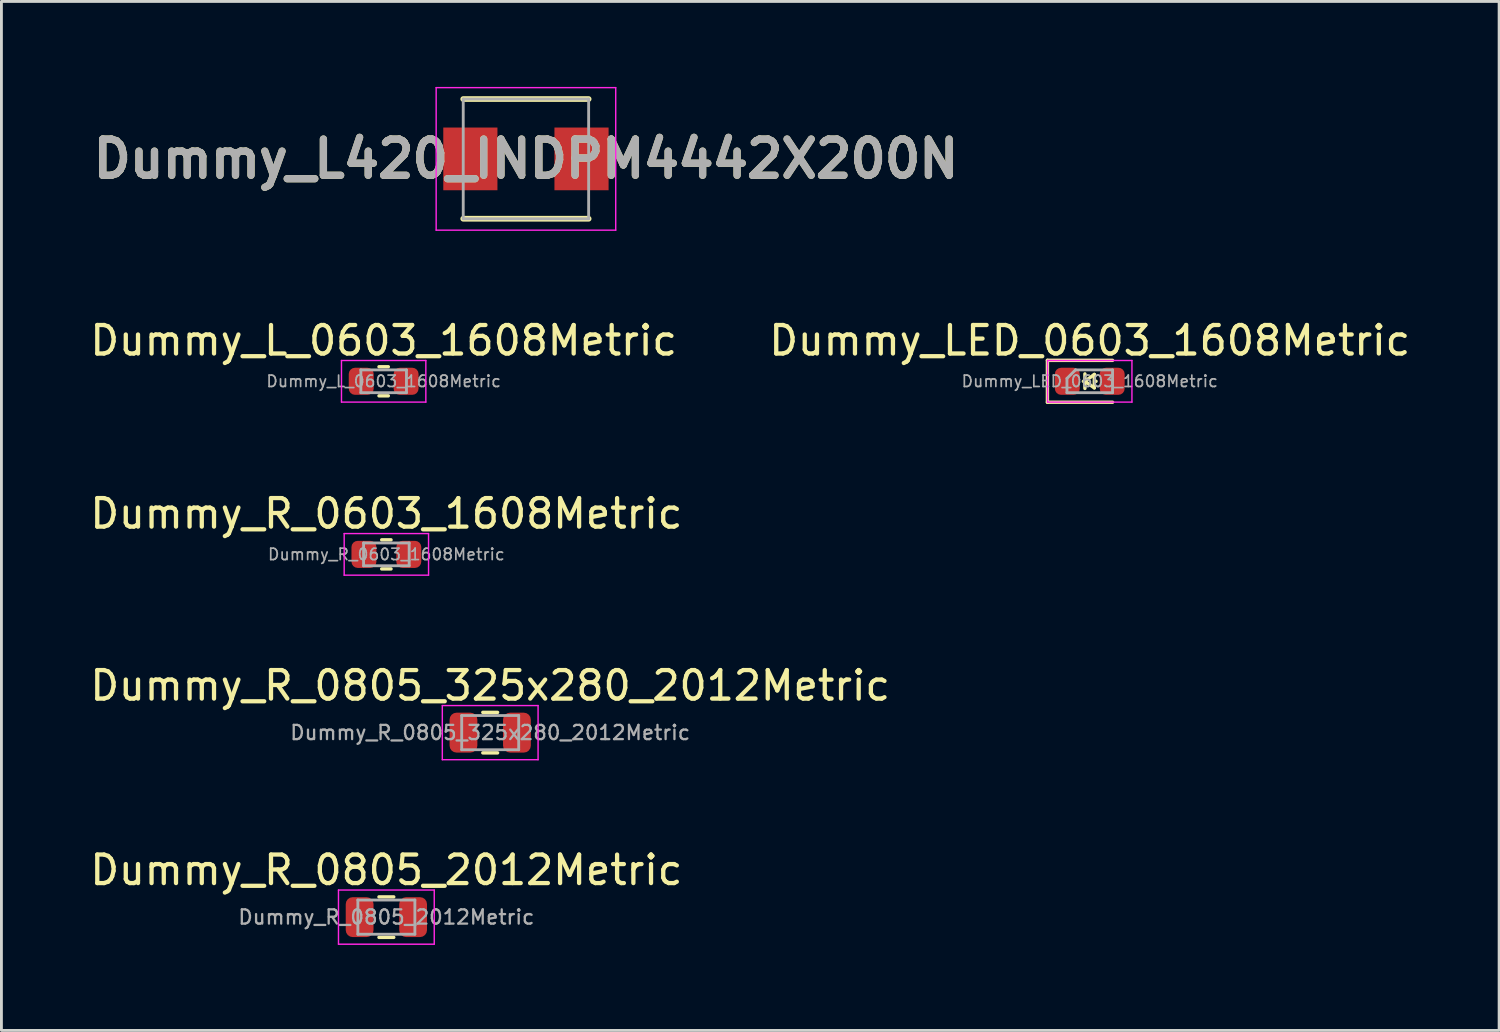
<source format=kicad_pcb>
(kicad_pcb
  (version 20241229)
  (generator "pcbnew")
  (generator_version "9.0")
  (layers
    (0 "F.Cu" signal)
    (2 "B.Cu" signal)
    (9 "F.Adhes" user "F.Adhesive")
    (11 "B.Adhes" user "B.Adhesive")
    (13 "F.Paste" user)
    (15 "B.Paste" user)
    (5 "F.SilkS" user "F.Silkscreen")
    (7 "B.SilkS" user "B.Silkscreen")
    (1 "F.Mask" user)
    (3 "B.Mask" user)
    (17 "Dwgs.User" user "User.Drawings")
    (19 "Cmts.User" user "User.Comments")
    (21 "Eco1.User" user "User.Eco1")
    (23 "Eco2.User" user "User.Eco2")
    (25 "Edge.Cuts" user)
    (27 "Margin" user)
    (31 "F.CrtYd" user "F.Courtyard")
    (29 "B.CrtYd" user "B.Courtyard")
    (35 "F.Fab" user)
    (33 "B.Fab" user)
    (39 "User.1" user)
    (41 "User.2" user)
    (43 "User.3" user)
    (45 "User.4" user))
  (footprint "Dummy_LED_0603_1608Metric"
    (layer "F.Cu")
    (at 35.185 10.328)
    (property "Reference" "Dummy_LED_0603_1608Metric" (at 0 -1.43 0) (layer "F.SilkS") (effects (font (size 1 1) (thickness 0.15))))
    (attr smd)
    (fp_line (start -1.485 -0.735) (end -1.485 0.735) (stroke (width 0.12) (type solid)) (layer "F.SilkS"))
    (fp_line (start -1.485 0.735) (end 0.8 0.735) (stroke (width 0.12) (type solid)) (layer "F.SilkS"))
    (fp_line (start -0.224 0) (end -0.14 0) (stroke (width 0.12) (type solid)) (layer "F.SilkS"))
    (fp_line (start -0.17 -0.26) (end -0.17 0.25) (stroke (width 0.12) (type solid)) (layer "F.SilkS"))
    (fp_line (start -0.17 0) (end 0.16 -0.24) (stroke (width 0.12) (type solid)) (layer "F.SilkS"))
    (fp_line (start 0.16 -0.24) (end 0.16 0.23) (stroke (width 0.12) (type solid)) (layer "F.SilkS"))
    (fp_line (start 0.16 0.23) (end -0.17 0) (stroke (width 0.12) (type solid)) (layer "F.SilkS"))
    (fp_line (start 0.17 0) (end 0.22 0) (stroke (width 0.12) (type solid)) (layer "F.SilkS"))
    (fp_line (start 0.8 -0.735) (end -1.485 -0.735) (stroke (width 0.12) (type solid)) (layer "F.SilkS"))
    (fp_poly (pts (xy 1.2 0.45) (xy -1.2 0.45) (xy -1.2 -0.45) (xy 1.2 -0.45)) (stroke (width 0.1) (type solid)) (fill yes) (layer "F.Paste"))
    (fp_line (start -1.48 -0.73) (end 1.48 -0.73) (stroke (width 0.05) (type solid)) (layer "F.CrtYd"))
    (fp_line (start -1.48 0.73) (end -1.48 -0.73) (stroke (width 0.05) (type solid)) (layer "F.CrtYd"))
    (fp_line (start 1.48 -0.73) (end 1.48 0.73) (stroke (width 0.05) (type solid)) (layer "F.CrtYd"))
    (fp_line (start 1.48 0.73) (end -1.48 0.73) (stroke (width 0.05) (type solid)) (layer "F.CrtYd"))
    (fp_line (start -0.8 -0.1) (end -0.8 0.4) (stroke (width 0.1) (type solid)) (layer "F.Fab"))
    (fp_line (start -0.8 0.4) (end 0.8 0.4) (stroke (width 0.1) (type solid)) (layer "F.Fab"))
    (fp_line (start -0.5 -0.4) (end -0.8 -0.1) (stroke (width 0.1) (type solid)) (layer "F.Fab"))
    (fp_line (start 0.8 -0.4) (end -0.5 -0.4) (stroke (width 0.1) (type solid)) (layer "F.Fab"))
    (fp_line (start 0.8 0.4) (end 0.8 -0.4) (stroke (width 0.1) (type solid)) (layer "F.Fab"))
    (fp_text user "${REFERENCE}" (at 0 0 0) (layer "F.Fab") (effects (font (size 0.4 0.4) (thickness 0.06))))
    (pad "1" smd roundrect (at -0.787 0) (size 0.875 0.95) (layers "F.Cu" "F.Mask" "F.Paste") (roundrect_rratio 0.25))
    (pad "2" smd roundrect (at 0.787 0) (size 0.875 0.95) (layers "F.Cu" "F.Mask" "F.Paste") (roundrect_rratio 0.25)))
  (footprint "Dummy_R_0805_325x280_2012Metric"
    (layer "F.Cu")
    (at 14.149 22.655)
    (property "Reference" "Dummy_R_0805_325x280_2012Metric" (at 0 -1.65 0) (layer "F.SilkS") (effects (font (size 1 1) (thickness 0.15))))
    (attr smd)
    (fp_line (start -0.259 -0.71) (end 0.259 -0.71) (stroke (width 0.12) (type solid)) (layer "F.SilkS"))
    (fp_line (start -0.259 0.71) (end 0.259 0.71) (stroke (width 0.12) (type solid)) (layer "F.SilkS"))
    (fp_poly (pts (xy 1.4 0.7) (xy -1.4 0.7) (xy -1.4 -0.7) (xy 1.4 -0.7)) (stroke (width 0.1) (type solid)) (fill yes) (layer "F.Paste"))
    (fp_line (start -1.68 -0.95) (end 1.68 -0.95) (stroke (width 0.05) (type solid)) (layer "F.CrtYd"))
    (fp_line (start -1.68 0.95) (end -1.68 -0.95) (stroke (width 0.05) (type solid)) (layer "F.CrtYd"))
    (fp_line (start 1.68 -0.95) (end 1.68 0.95) (stroke (width 0.05) (type solid)) (layer "F.CrtYd"))
    (fp_line (start 1.68 0.95) (end -1.68 0.95) (stroke (width 0.05) (type solid)) (layer "F.CrtYd"))
    (fp_line (start -1 -0.6) (end 1 -0.6) (stroke (width 0.1) (type solid)) (layer "F.Fab"))
    (fp_line (start -1 0.6) (end -1 -0.6) (stroke (width 0.1) (type solid)) (layer "F.Fab"))
    (fp_line (start 1 -0.6) (end 1 0.6) (stroke (width 0.1) (type solid)) (layer "F.Fab"))
    (fp_line (start 1 0.6) (end -1 0.6) (stroke (width 0.1) (type solid)) (layer "F.Fab"))
    (fp_text user "${REFERENCE}" (at 0 0 0) (layer "F.Fab") (effects (font (size 0.5 0.5) (thickness 0.08))))
    (pad "1" smd roundrect (at -0.938 0) (size 0.975 1.4) (layers "F.Cu" "F.Mask" "F.Paste") (roundrect_rratio 0.25))
    (pad "2" smd roundrect (at 0.938 0) (size 0.975 1.4) (layers "F.Cu" "F.Mask" "F.Paste") (roundrect_rratio 0.25)))
  (footprint "Dummy_R_0805_2012Metric"
    (layer "F.Cu")
    (at 10.506 29.128)
    (property "Reference" "Dummy_R_0805_2012Metric" (at 0 -1.65 0) (layer "F.SilkS") (effects (font (size 1 1) (thickness 0.15))))
    (attr smd)
    (fp_line (start -0.259 -0.71) (end 0.259 -0.71) (stroke (width 0.12) (type solid)) (layer "F.SilkS"))
    (fp_line (start -0.259 0.71) (end 0.259 0.71) (stroke (width 0.12) (type solid)) (layer "F.SilkS"))
    (fp_poly (pts (xy 1.4 0.7) (xy -1.4 0.7) (xy -1.4 -0.7) (xy 1.4 -0.7)) (stroke (width 0.1) (type solid)) (fill yes) (layer "F.Paste"))
    (fp_line (start -1.68 -0.95) (end 1.68 -0.95) (stroke (width 0.05) (type solid)) (layer "F.CrtYd"))
    (fp_line (start -1.68 0.95) (end -1.68 -0.95) (stroke (width 0.05) (type solid)) (layer "F.CrtYd"))
    (fp_line (start 1.68 -0.95) (end 1.68 0.95) (stroke (width 0.05) (type solid)) (layer "F.CrtYd"))
    (fp_line (start 1.68 0.95) (end -1.68 0.95) (stroke (width 0.05) (type solid)) (layer "F.CrtYd"))
    (fp_line (start -1 -0.6) (end 1 -0.6) (stroke (width 0.1) (type solid)) (layer "F.Fab"))
    (fp_line (start -1 0.6) (end -1 -0.6) (stroke (width 0.1) (type solid)) (layer "F.Fab"))
    (fp_line (start 1 -0.6) (end 1 0.6) (stroke (width 0.1) (type solid)) (layer "F.Fab"))
    (fp_line (start 1 0.6) (end -1 0.6) (stroke (width 0.1) (type solid)) (layer "F.Fab"))
    (fp_text user "${REFERENCE}" (at 0 0 0) (layer "F.Fab") (effects (font (size 0.5 0.5) (thickness 0.08))))
    (pad "1" smd roundrect (at -0.938 0) (size 0.975 1.4) (layers "F.Cu" "F.Mask" "F.Paste") (roundrect_rratio 0.25))
    (pad "2" smd roundrect (at 0.938 0) (size 0.975 1.4) (layers "F.Cu" "F.Mask" "F.Paste") (roundrect_rratio 0.25)))
  (footprint "Dummy_L420_INDPM4442X200N"
    (layer "F.Cu")
    (at 15.403 2.525)
    (property "Reference" "Dummy_L420_INDPM4442X200N" (at 0 0 0) (layer "F.SilkS") (effects (font (size 1.27 1.27) (thickness 0.254))))
    (attr smd)
    (fp_line (start -2.2 2.1) (end 2.2 2.1) (stroke (width 0.2) (type solid)) (layer "F.SilkS"))
    (fp_line (start 2.2 -2.1) (end -2.2 -2.1) (stroke (width 0.2) (type solid)) (layer "F.SilkS"))
    (fp_poly (pts (xy 2.85 2.05) (xy -2.85 2.05) (xy -2.85 -2.05) (xy 2.85 -2.05)) (stroke (width 0.1) (type solid)) (fill yes) (layer "F.Paste"))
    (fp_line (start -3.15 -2.5) (end 3.15 -2.5) (stroke (width 0.05) (type solid)) (layer "F.CrtYd"))
    (fp_line (start -3.15 2.5) (end -3.15 -2.5) (stroke (width 0.05) (type solid)) (layer "F.CrtYd"))
    (fp_line (start 3.15 -2.5) (end 3.15 2.5) (stroke (width 0.05) (type solid)) (layer "F.CrtYd"))
    (fp_line (start 3.15 2.5) (end -3.15 2.5) (stroke (width 0.05) (type solid)) (layer "F.CrtYd"))
    (fp_line (start -2.2 -2.1) (end 2.2 -2.1) (stroke (width 0.1) (type solid)) (layer "F.Fab"))
    (fp_line (start -2.2 2.1) (end -2.2 -2.1) (stroke (width 0.1) (type solid)) (layer "F.Fab"))
    (fp_line (start 2.2 -2.1) (end 2.2 2.1) (stroke (width 0.1) (type solid)) (layer "F.Fab"))
    (fp_line (start 2.2 2.1) (end -2.2 2.1) (stroke (width 0.1) (type solid)) (layer "F.Fab"))
    (fp_text user "${REFERENCE}" (at 0 0 0) (layer "F.Fab") (effects (font (size 1.27 1.27) (thickness 0.254))))
    (pad "1" smd rect (at -1.95 0) (size 1.9 2.2) (layers "F.Cu" "F.Mask" "F.Paste"))
    (pad "2" smd rect (at 1.95 0) (size 1.9 2.2) (layers "F.Cu" "F.Mask" "F.Paste")))
  (footprint "Dummy_R_0603_1608Metric"
    (layer "F.Cu")
    (at 10.506 16.401)
    (property "Reference" "Dummy_R_0603_1608Metric" (at 0 -1.43 0) (layer "F.SilkS") (effects (font (size 1 1) (thickness 0.15))))
    (attr smd)
    (fp_line (start -0.163 -0.51) (end 0.163 -0.51) (stroke (width 0.12) (type solid)) (layer "F.SilkS"))
    (fp_line (start -0.163 0.51) (end 0.163 0.51) (stroke (width 0.12) (type solid)) (layer "F.SilkS"))
    (fp_poly (pts (xy 1.2 0.525) (xy -1.2 0.525) (xy -1.2 -0.525) (xy 1.2 -0.525)) (stroke (width 0.1) (type solid)) (fill yes) (layer "F.Paste"))
    (fp_line (start -1.48 -0.73) (end 1.48 -0.73) (stroke (width 0.05) (type solid)) (layer "F.CrtYd"))
    (fp_line (start -1.48 0.73) (end -1.48 -0.73) (stroke (width 0.05) (type solid)) (layer "F.CrtYd"))
    (fp_line (start 1.48 -0.73) (end 1.48 0.73) (stroke (width 0.05) (type solid)) (layer "F.CrtYd"))
    (fp_line (start 1.48 0.73) (end -1.48 0.73) (stroke (width 0.05) (type solid)) (layer "F.CrtYd"))
    (fp_line (start -0.8 -0.4) (end 0.8 -0.4) (stroke (width 0.1) (type solid)) (layer "F.Fab"))
    (fp_line (start -0.8 0.4) (end -0.8 -0.4) (stroke (width 0.1) (type solid)) (layer "F.Fab"))
    (fp_line (start 0.8 -0.4) (end 0.8 0.4) (stroke (width 0.1) (type solid)) (layer "F.Fab"))
    (fp_line (start 0.8 0.4) (end -0.8 0.4) (stroke (width 0.1) (type solid)) (layer "F.Fab"))
    (fp_text user "${REFERENCE}" (at 0 0 0) (layer "F.Fab") (effects (font (size 0.4 0.4) (thickness 0.06))))
    (pad "1" smd roundrect (at -0.787 0) (size 0.875 0.95) (layers "F.Cu" "F.Mask" "F.Paste") (roundrect_rratio 0.25))
    (pad "2" smd roundrect (at 0.787 0) (size 0.875 0.95) (layers "F.Cu" "F.Mask" "F.Paste") (roundrect_rratio 0.25)))
  (footprint "Dummy_L_0603_1608Metric"
    (layer "F.Cu")
    (at 10.411 10.328)
    (property "Reference" "Dummy_L_0603_1608Metric" (at 0 -1.43 0) (layer "F.SilkS") (effects (font (size 1 1) (thickness 0.15))))
    (attr smd)
    (fp_line (start -0.163 -0.51) (end 0.163 -0.51) (stroke (width 0.12) (type solid)) (layer "F.SilkS"))
    (fp_line (start -0.163 0.51) (end 0.163 0.51) (stroke (width 0.12) (type solid)) (layer "F.SilkS"))
    (fp_poly (pts (xy 1.2 0.45) (xy -1.2 0.45) (xy -1.2 -0.45) (xy 1.2 -0.45)) (stroke (width 0.1) (type solid)) (fill yes) (layer "F.Paste"))
    (fp_line (start -1.48 -0.73) (end 1.48 -0.73) (stroke (width 0.05) (type solid)) (layer "F.CrtYd"))
    (fp_line (start -1.48 0.73) (end -1.48 -0.73) (stroke (width 0.05) (type solid)) (layer "F.CrtYd"))
    (fp_line (start 1.48 -0.73) (end 1.48 0.73) (stroke (width 0.05) (type solid)) (layer "F.CrtYd"))
    (fp_line (start 1.48 0.73) (end -1.48 0.73) (stroke (width 0.05) (type solid)) (layer "F.CrtYd"))
    (fp_line (start -0.8 -0.4) (end 0.8 -0.4) (stroke (width 0.1) (type solid)) (layer "F.Fab"))
    (fp_line (start -0.8 0.4) (end -0.8 -0.4) (stroke (width 0.1) (type solid)) (layer "F.Fab"))
    (fp_line (start 0.8 -0.4) (end 0.8 0.4) (stroke (width 0.1) (type solid)) (layer "F.Fab"))
    (fp_line (start 0.8 0.4) (end -0.8 0.4) (stroke (width 0.1) (type solid)) (layer "F.Fab"))
    (fp_text user "${REFERENCE}" (at 0 0 0) (layer "F.Fab") (effects (font (size 0.4 0.4) (thickness 0.06))))
    (pad "1" smd roundrect (at -0.787 0) (size 0.875 0.95) (layers "F.Cu" "F.Mask" "F.Paste") (roundrect_rratio 0.25))
    (pad "2" smd roundrect (at 0.787 0) (size 0.875 0.95) (layers "F.Cu" "F.Mask" "F.Paste") (roundrect_rratio 0.25)))
  (gr_rect
    (start -3 -3)
    (end 49.548 33.103)
    (stroke (width 0.1) (type default))
    (fill no)
    (layer "Edge.Cuts")))
</source>
